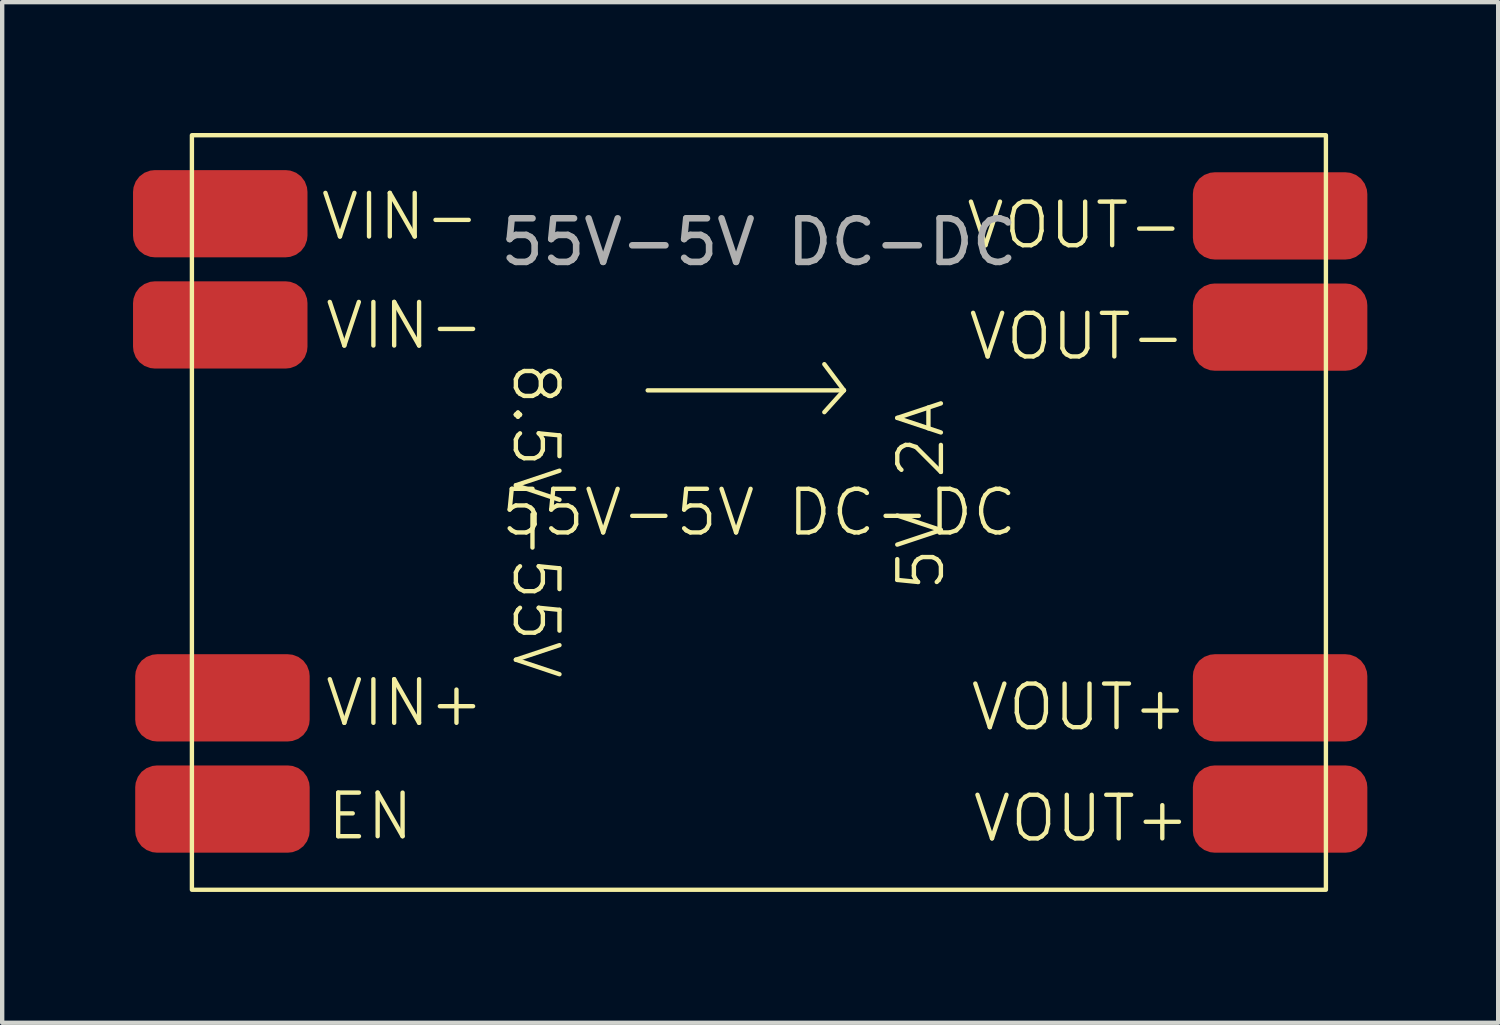
<source format=kicad_pcb>
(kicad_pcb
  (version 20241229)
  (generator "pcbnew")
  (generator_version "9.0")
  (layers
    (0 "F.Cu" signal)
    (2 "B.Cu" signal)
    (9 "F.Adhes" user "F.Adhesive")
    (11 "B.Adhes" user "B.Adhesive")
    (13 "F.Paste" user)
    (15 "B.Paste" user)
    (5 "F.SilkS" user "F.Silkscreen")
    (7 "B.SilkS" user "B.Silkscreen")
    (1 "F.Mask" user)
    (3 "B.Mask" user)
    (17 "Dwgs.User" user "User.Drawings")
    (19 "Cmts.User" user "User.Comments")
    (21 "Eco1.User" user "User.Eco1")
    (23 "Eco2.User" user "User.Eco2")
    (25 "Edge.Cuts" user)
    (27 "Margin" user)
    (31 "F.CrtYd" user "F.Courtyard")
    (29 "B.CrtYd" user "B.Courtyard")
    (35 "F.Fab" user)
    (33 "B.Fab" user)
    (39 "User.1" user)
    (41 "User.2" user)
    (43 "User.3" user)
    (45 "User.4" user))
  (footprint "55V-5V DC-DC"
    (layer "F.Cu")
    (at 14.35 8.7)
    (property "Reference" "55V-5V DC-DC" (at 0 0 0) (unlocked yes) (layer "F.SilkS") (effects (font (size 1 1) (thickness 0.1))))
    (attr smd)
    (fp_line (start -2.55 -2.8) (end 1.95 -2.8) (stroke (width 0.1) (type solid)) (layer "F.SilkS"))
    (fp_line (start 1.95 -2.8) (end 1.5 -3.4) (stroke (width 0.1) (type default)) (layer "F.SilkS"))
    (fp_line (start 1.95 -2.8) (end 1.5 -2.3) (stroke (width 0.1) (type default)) (layer "F.SilkS"))
    (fp_rect (start -13 -8.65) (end 13 8.65) (stroke (width 0.1) (type default)) (fill no) (layer "F.SilkS"))
    (fp_text user "VOUT-" (at 4.75 -3.45 0) (unlocked yes) (layer "F.SilkS") (effects (font (size 1 1) (thickness 0.1)) (justify left bottom)))
    (fp_text user "5V 2A" (at 4.3 1.85 90) (unlocked yes) (layer "F.SilkS") (effects (font (size 1 1) (thickness 0.1)) (justify left bottom)))
    (fp_text user "EN" (at -9.95 7.55 0) (unlocked yes) (layer "F.SilkS") (effects (font (size 1 1) (thickness 0.1)) (justify left bottom)))
    (fp_text user "VOUT-" (at 4.7 -6 0) (unlocked yes) (layer "F.SilkS") (effects (font (size 1 1) (thickness 0.1)) (justify left bottom)))
    (fp_text user "VOUT+" (at 4.85 7.6 0) (unlocked yes) (layer "F.SilkS") (effects (font (size 1 1) (thickness 0.1)) (justify left bottom)))
    (fp_text user "VIN-" (at -10.1 -6.2 0) (unlocked yes) (layer "F.SilkS") (effects (font (size 1 1) (thickness 0.1)) (justify left bottom)))
    (fp_text user "8.5V-55V" (at -5.7 -3.5 270) (unlocked yes) (layer "F.SilkS") (effects (font (size 1 1) (thickness 0.1)) (justify left bottom)))
    (fp_text user "VIN-" (at -10 -3.7 0) (unlocked yes) (layer "F.SilkS") (effects (font (size 1 1) (thickness 0.1)) (justify left bottom)))
    (fp_text user "VOUT+" (at 4.8 5.05 0) (unlocked yes) (layer "F.SilkS") (effects (font (size 1 1) (thickness 0.1)) (justify left bottom)))
    (fp_text user "VIN+" (at -10 4.95 0) (unlocked yes) (layer "F.SilkS") (effects (font (size 1 1) (thickness 0.1)) (justify left bottom)))
    (fp_text user "${REFERENCE}" (at 0 -6.2 0) (unlocked yes) (layer "F.Fab") (effects (font (size 1 1) (thickness 0.15))))
    (pad "1" smd roundrect (at -12.35 -6.85) (size 4 2) (layers "F.Cu" "F.Mask" "F.Paste") (roundrect_rratio 0.25))
    (pad "2" smd roundrect (at -12.35 -4.3) (size 4 2) (layers "F.Cu" "F.Mask" "F.Paste") (roundrect_rratio 0.25))
    (pad "3" smd roundrect (at -12.3 4.25) (size 4 2) (layers "F.Cu" "F.Mask" "F.Paste") (roundrect_rratio 0.25))
    (pad "4" smd roundrect (at -12.3 6.8) (size 4 2) (layers "F.Cu" "F.Mask" "F.Paste") (roundrect_rratio 0.25))
    (pad "5" smd roundrect (at 11.95 -6.8) (size 4 2) (layers "F.Cu" "F.Mask" "F.Paste") (roundrect_rratio 0.25))
    (pad "6" smd roundrect (at 11.95 -4.25) (size 4 2) (layers "F.Cu" "F.Mask" "F.Paste") (roundrect_rratio 0.25))
    (pad "7" smd roundrect (at 11.95 4.25) (size 4 2) (layers "F.Cu" "F.Mask" "F.Paste") (roundrect_rratio 0.25))
    (pad "8" smd roundrect (at 11.95 6.8) (size 4 2) (layers "F.Cu" "F.Mask" "F.Paste") (roundrect_rratio 0.25)))
  (gr_rect
    (start -3 -3)
    (end 31.3 20.4)
    (stroke (width 0.1) (type default))
    (fill no)
    (layer "Edge.Cuts")))
</source>
